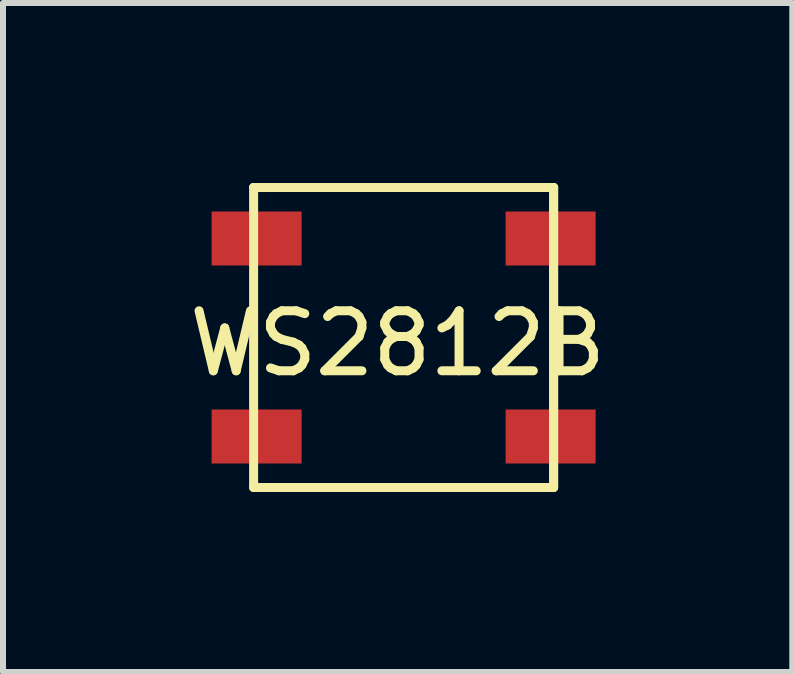
<source format=kicad_pcb>
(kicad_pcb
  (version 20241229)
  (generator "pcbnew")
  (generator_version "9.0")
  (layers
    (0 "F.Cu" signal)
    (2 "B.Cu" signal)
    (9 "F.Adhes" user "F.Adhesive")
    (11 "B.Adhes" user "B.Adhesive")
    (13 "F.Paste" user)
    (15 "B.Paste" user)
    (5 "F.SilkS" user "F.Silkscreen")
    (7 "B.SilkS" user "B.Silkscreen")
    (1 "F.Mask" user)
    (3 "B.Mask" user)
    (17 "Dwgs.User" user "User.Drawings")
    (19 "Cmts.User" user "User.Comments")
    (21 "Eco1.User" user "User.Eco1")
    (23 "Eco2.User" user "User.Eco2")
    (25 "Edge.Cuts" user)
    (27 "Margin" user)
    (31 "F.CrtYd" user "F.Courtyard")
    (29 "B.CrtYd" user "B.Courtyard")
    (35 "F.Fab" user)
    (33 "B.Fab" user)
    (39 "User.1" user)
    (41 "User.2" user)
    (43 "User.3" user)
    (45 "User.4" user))
  (footprint "WS2812B"
    (layer "F.Cu")
    (at 3.677 2.575)
    (property "Reference" "WS2812B" (at -0.1 0.1 0) (layer "F.SilkS") (effects (font (size 1 1) (thickness 0.15))))
    (attr through_hole)
    (fp_line (start -2.5 -2.5) (end 2.5 -2.5) (stroke (width 0.15) (type solid)) (layer "F.SilkS"))
    (fp_line (start -2.5 -2.5) (end 2.5 -2.5) (stroke (width 0.15) (type solid)) (layer "F.SilkS"))
    (fp_line (start -2.5 2.5) (end -2.5 -2.5) (stroke (width 0.15) (type solid)) (layer "F.SilkS"))
    (fp_line (start 2.5 -2.5) (end 2.5 2.5) (stroke (width 0.15) (type solid)) (layer "F.SilkS"))
    (fp_line (start 2.5 -2.5) (end 2.5 2.5) (stroke (width 0.15) (type solid)) (layer "F.SilkS"))
    (fp_line (start 2.5 2.5) (end -2.5 2.5) (stroke (width 0.15) (type solid)) (layer "F.SilkS"))
    (pad "1" smd rect (at -2.45 -1.65) (size 1.5 0.9) (layers "F.Cu" "F.Mask" "F.Paste"))
    (pad "2" smd rect (at -2.45 1.65) (size 1.5 0.9) (layers "F.Cu" "F.Mask" "F.Paste"))
    (pad "3" smd rect (at 2.45 1.65) (size 1.5 0.9) (layers "F.Cu" "F.Mask" "F.Paste"))
    (pad "4" smd rect (at 2.45 -1.65) (size 1.5 0.9) (layers "F.Cu" "F.Mask" "F.Paste")))
  (gr_rect
    (start -3 -3)
    (end 10.155 8.15)
    (stroke (width 0.1) (type default))
    (fill no)
    (layer "Edge.Cuts")))
</source>
